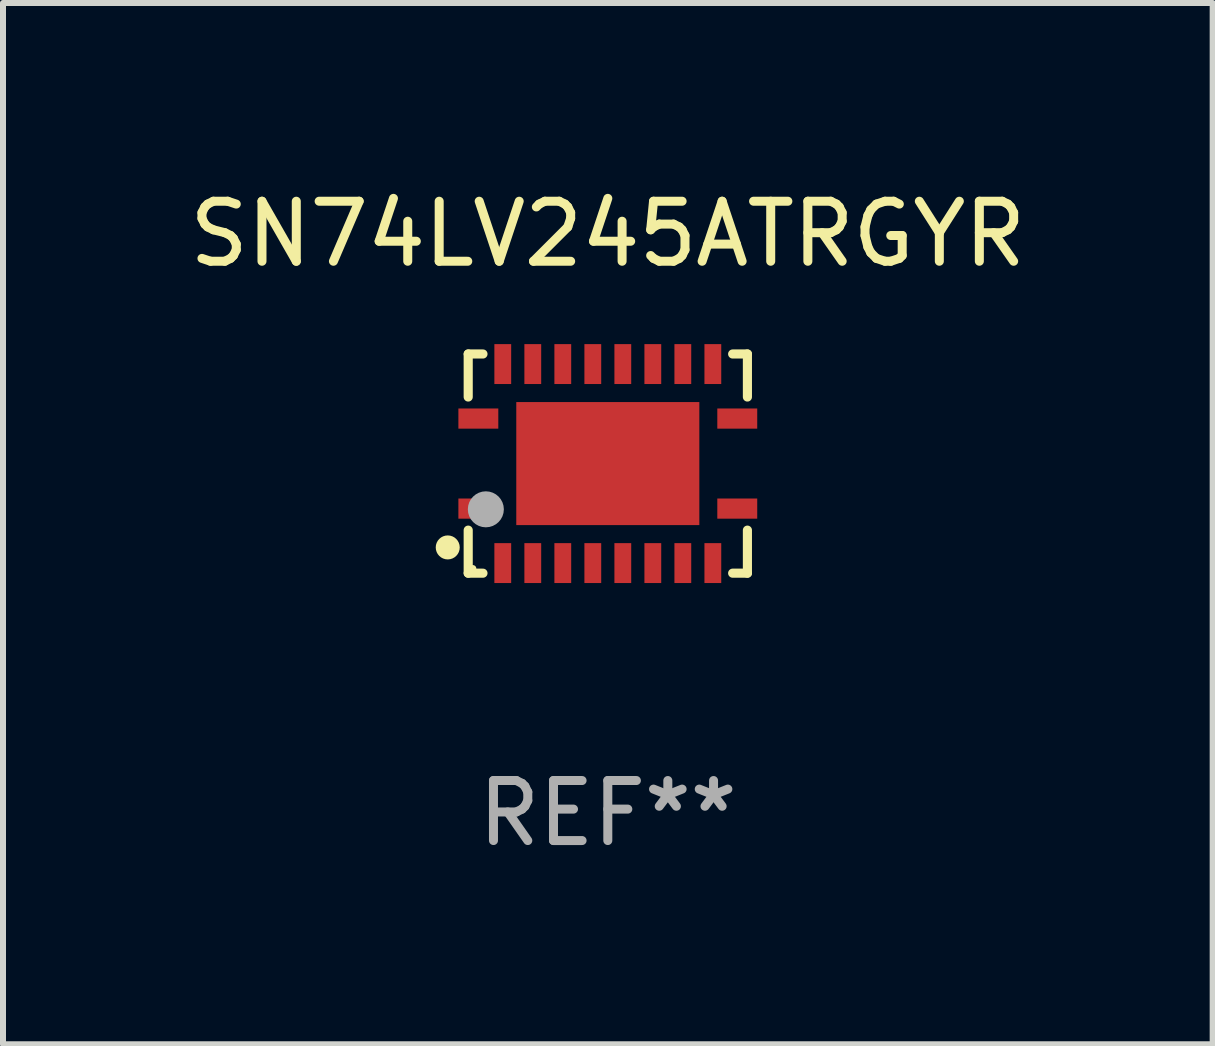
<source format=kicad_pcb>
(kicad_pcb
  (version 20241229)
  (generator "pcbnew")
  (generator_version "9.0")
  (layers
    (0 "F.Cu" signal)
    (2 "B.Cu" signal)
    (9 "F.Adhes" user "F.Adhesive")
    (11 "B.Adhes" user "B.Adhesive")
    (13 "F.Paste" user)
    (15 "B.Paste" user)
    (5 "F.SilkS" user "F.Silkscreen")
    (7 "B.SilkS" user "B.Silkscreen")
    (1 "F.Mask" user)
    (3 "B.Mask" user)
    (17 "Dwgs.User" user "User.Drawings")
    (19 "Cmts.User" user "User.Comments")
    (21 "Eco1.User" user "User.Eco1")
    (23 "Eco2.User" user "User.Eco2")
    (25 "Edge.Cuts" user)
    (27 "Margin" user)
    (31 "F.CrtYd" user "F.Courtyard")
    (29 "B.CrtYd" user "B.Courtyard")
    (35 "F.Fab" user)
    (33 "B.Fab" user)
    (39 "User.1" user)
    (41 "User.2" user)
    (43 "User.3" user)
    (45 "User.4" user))
  (footprint "SN74LV245ATRGYR"
    (layer "F.Cu")
    (at 7.077 4.674)
    (property "Reference" "SN74LV245ATRGYR" (at 0 -3.826 0) (layer "F.SilkS") (effects (font (size 1 1) (thickness 0.15))))
    (attr through_hole)
    (fp_line (start -2.326 -1.826) (end -2.08 -1.826) (stroke (width 0.152) (type solid)) (layer "F.SilkS"))
    (fp_line (start -2.326 -1.109) (end -2.326 -1.826) (stroke (width 0.152) (type solid)) (layer "F.SilkS"))
    (fp_line (start -2.326 1.109) (end -2.326 1.826) (stroke (width 0.152) (type solid)) (layer "F.SilkS"))
    (fp_line (start -2.326 1.826) (end -2.08 1.826) (stroke (width 0.152) (type solid)) (layer "F.SilkS"))
    (fp_line (start 2.326 -1.826) (end 2.08 -1.826) (stroke (width 0.152) (type solid)) (layer "F.SilkS"))
    (fp_line (start 2.326 -1.109) (end 2.326 -1.826) (stroke (width 0.152) (type solid)) (layer "F.SilkS"))
    (fp_line (start 2.326 1.109) (end 2.326 1.826) (stroke (width 0.152) (type solid)) (layer "F.SilkS"))
    (fp_line (start 2.326 1.826) (end 2.08 1.826) (stroke (width 0.152) (type solid)) (layer "F.SilkS"))
    (fp_circle (center -2.667 1.397) (end -2.567 1.397) (stroke (width 0.2) (type solid)) (fill no) (layer "F.SilkS"))
    (fp_circle (center -2.25 1.75) (end -2.22 1.75) (stroke (width 0.06) (type solid)) (fill no) (layer "F.SilkS"))
    (fp_circle (center -2.032 0.762) (end -1.882 0.762) (stroke (width 0.3) (type solid)) (fill no) (layer "F.Fab"))
    (fp_text user "REF**" (at 0 5.826 0) (layer "F.Fab") (effects (font (size 1 1) (thickness 0.15))))
    (pad "1" smd rect (at -2.157 0.75) (size 0.665 0.336) (layers "F.Cu" "F.Mask" "F.Paste"))
    (pad "2" smd rect (at -1.75 1.658) (size 0.28 0.665) (layers "F.Cu" "F.Mask" "F.Paste"))
    (pad "3" smd rect (at -1.25 1.658) (size 0.28 0.665) (layers "F.Cu" "F.Mask" "F.Paste"))
    (pad "4" smd rect (at -0.75 1.658) (size 0.28 0.665) (layers "F.Cu" "F.Mask" "F.Paste"))
    (pad "5" smd rect (at -0.25 1.658) (size 0.28 0.665) (layers "F.Cu" "F.Mask" "F.Paste"))
    (pad "6" smd rect (at 0.25 1.658) (size 0.28 0.665) (layers "F.Cu" "F.Mask" "F.Paste"))
    (pad "7" smd rect (at 0.75 1.658) (size 0.28 0.665) (layers "F.Cu" "F.Mask" "F.Paste"))
    (pad "8" smd rect (at 1.25 1.658) (size 0.28 0.665) (layers "F.Cu" "F.Mask" "F.Paste"))
    (pad "9" smd rect (at 1.75 1.658) (size 0.28 0.665) (layers "F.Cu" "F.Mask" "F.Paste"))
    (pad "10" smd rect (at 2.157 0.75) (size 0.665 0.336) (layers "F.Cu" "F.Mask" "F.Paste"))
    (pad "11" smd rect (at 2.157 -0.75) (size 0.665 0.336) (layers "F.Cu" "F.Mask" "F.Paste"))
    (pad "12" smd rect (at 1.75 -1.658) (size 0.28 0.665) (layers "F.Cu" "F.Mask" "F.Paste"))
    (pad "13" smd rect (at 1.25 -1.658) (size 0.28 0.665) (layers "F.Cu" "F.Mask" "F.Paste"))
    (pad "14" smd rect (at 0.75 -1.658) (size 0.28 0.665) (layers "F.Cu" "F.Mask" "F.Paste"))
    (pad "15" smd rect (at 0.25 -1.658) (size 0.28 0.665) (layers "F.Cu" "F.Mask" "F.Paste"))
    (pad "16" smd rect (at -0.25 -1.658) (size 0.28 0.665) (layers "F.Cu" "F.Mask" "F.Paste"))
    (pad "17" smd rect (at -0.75 -1.658) (size 0.28 0.665) (layers "F.Cu" "F.Mask" "F.Paste"))
    (pad "18" smd rect (at -1.25 -1.658) (size 0.28 0.665) (layers "F.Cu" "F.Mask" "F.Paste"))
    (pad "19" smd rect (at -1.75 -1.658) (size 0.28 0.665) (layers "F.Cu" "F.Mask" "F.Paste"))
    (pad "20" smd rect (at -2.157 -0.75) (size 0.665 0.336) (layers "F.Cu" "F.Mask" "F.Paste"))
    (pad "21" smd rect (at 0 0) (size 3.05 2.05) (layers "F.Cu" "F.Mask" "F.Paste")))
  (gr_rect
    (start -3 -3)
    (end 17.155 14.349)
    (stroke (width 0.1) (type default))
    (fill no)
    (layer "Edge.Cuts")))
</source>
